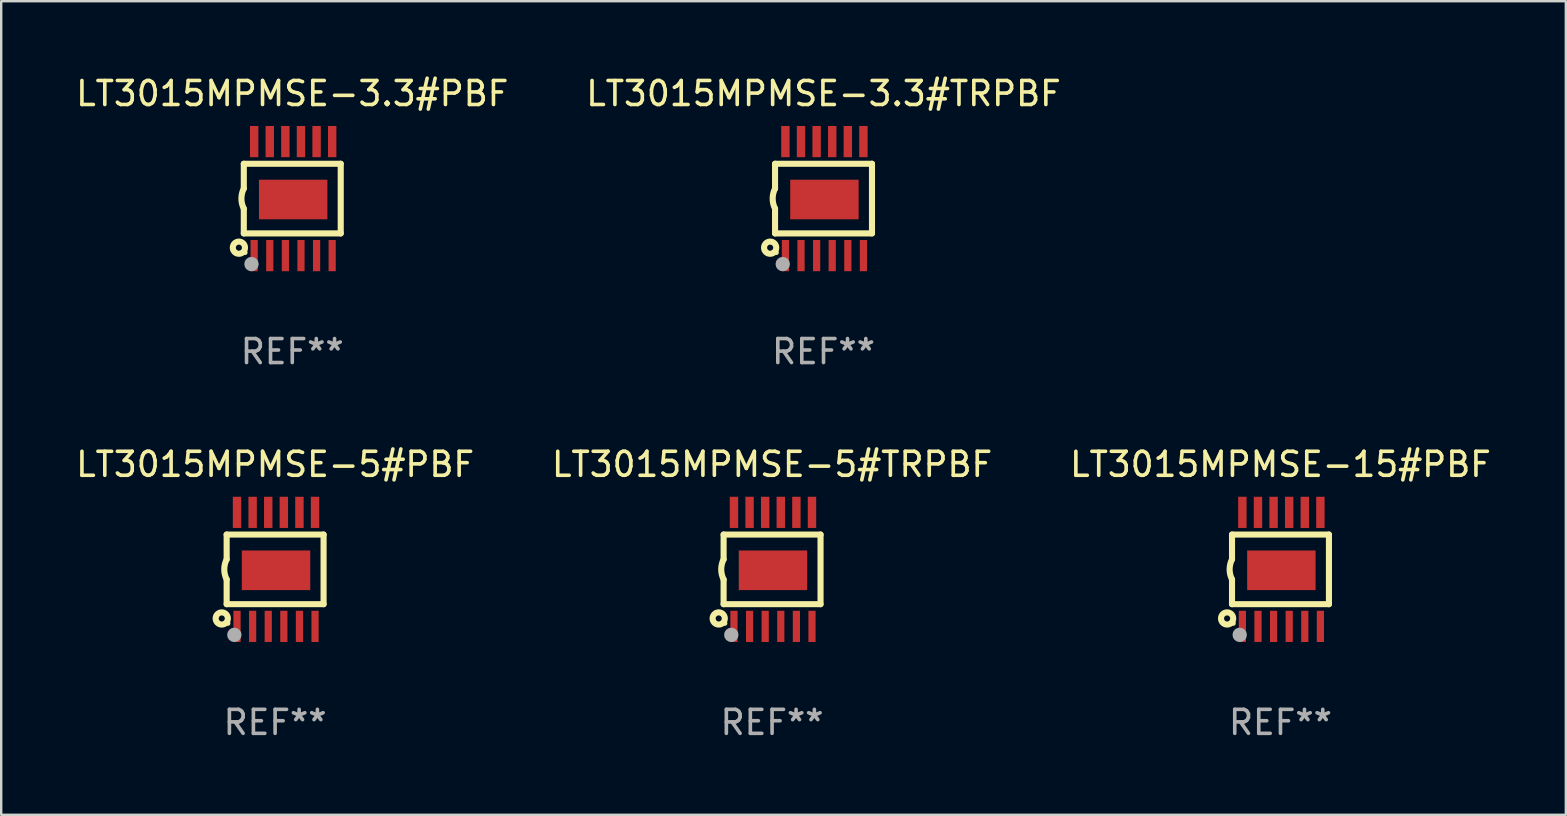
<source format=kicad_pcb>
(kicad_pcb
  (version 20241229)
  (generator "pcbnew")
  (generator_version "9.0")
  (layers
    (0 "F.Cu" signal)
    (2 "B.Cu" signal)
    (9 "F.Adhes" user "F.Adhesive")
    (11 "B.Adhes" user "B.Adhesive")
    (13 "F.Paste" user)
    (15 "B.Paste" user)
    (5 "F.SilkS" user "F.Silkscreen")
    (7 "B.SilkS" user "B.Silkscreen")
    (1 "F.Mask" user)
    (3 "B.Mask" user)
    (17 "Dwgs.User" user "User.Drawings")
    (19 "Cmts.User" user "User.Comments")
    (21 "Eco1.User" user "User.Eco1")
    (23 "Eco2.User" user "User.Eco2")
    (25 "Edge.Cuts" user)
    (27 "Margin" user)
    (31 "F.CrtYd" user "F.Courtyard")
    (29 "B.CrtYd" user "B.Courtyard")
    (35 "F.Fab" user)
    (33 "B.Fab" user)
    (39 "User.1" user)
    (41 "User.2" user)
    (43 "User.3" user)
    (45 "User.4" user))
  (footprint "LT3015MPMSE-5#PBF"
    (layer "F.Cu")
    (at 8.411 20.669)
    (property "Reference" "LT3015MPMSE-5#PBF" (at 0 -4.375 0) (layer "F.SilkS") (effects (font (size 1 1) (thickness 0.15))))
    (attr through_hole)
    (fp_line (start -2.019 -1.45) (end -2.019 -0.419) (stroke (width 0.254) (type solid)) (layer "F.SilkS"))
    (fp_line (start -2.019 1.45) (end -2.019 0.419) (stroke (width 0.254) (type solid)) (layer "F.SilkS"))
    (fp_line (start -2.019 1.45) (end 2.019 1.45) (stroke (width 0.254) (type solid)) (layer "F.SilkS"))
    (fp_line (start 2.019 -1.45) (end -2.019 -1.45) (stroke (width 0.254) (type solid)) (layer "F.SilkS"))
    (fp_line (start 2.019 -1.45) (end 2.019 1.45) (stroke (width 0.254) (type solid)) (layer "F.SilkS"))
    (fp_arc (start -2.019304 0.419101) (mid -2.11824 0) (end -2.019304 -0.419101) (stroke (width 0.254001) (type solid)) (layer "F.SilkS"))
    (fp_circle (center -2.223 2.045) (end -1.969 2.045) (stroke (width 0.254) (type solid)) (fill no) (layer "F.SilkS"))
    (fp_circle (center -1.962 2.25) (end -1.912 2.25) (stroke (width 0.1) (type solid)) (fill no) (layer "F.SilkS"))
    (fp_circle (center -1.699 2.728) (end -1.549 2.728) (stroke (width 0.3) (type solid)) (fill no) (layer "F.Fab"))
    (fp_text user "REF**" (at 0 6.375 0) (layer "F.Fab") (effects (font (size 1 1) (thickness 0.15))))
    (pad "1" smd rect (at -1.587 2.375) (size 0.3 1.3) (layers "F.Cu" "F.Mask" "F.Paste"))
    (pad "2" smd rect (at -0.937 2.375) (size 0.3 1.3) (layers "F.Cu" "F.Mask" "F.Paste"))
    (pad "3" smd rect (at -0.287 2.375) (size 0.3 1.3) (layers "F.Cu" "F.Mask" "F.Paste"))
    (pad "4" smd rect (at 0.363 2.375) (size 0.3 1.3) (layers "F.Cu" "F.Mask" "F.Paste"))
    (pad "5" smd rect (at 1.013 2.375) (size 0.3 1.3) (layers "F.Cu" "F.Mask" "F.Paste"))
    (pad "6" smd rect (at 1.663 2.375) (size 0.3 1.3) (layers "F.Cu" "F.Mask" "F.Paste"))
    (pad "7" smd rect (at 1.663 -2.375) (size 0.35 1.3) (layers "F.Cu" "F.Mask" "F.Paste"))
    (pad "8" smd rect (at 1.013 -2.375) (size 0.35 1.3) (layers "F.Cu" "F.Mask" "F.Paste"))
    (pad "9" smd rect (at 0.363 -2.375) (size 0.35 1.3) (layers "F.Cu" "F.Mask" "F.Paste"))
    (pad "10" smd rect (at -0.287 -2.375) (size 0.35 1.3) (layers "F.Cu" "F.Mask" "F.Paste"))
    (pad "11" smd rect (at -0.937 -2.375) (size 0.35 1.3) (layers "F.Cu" "F.Mask" "F.Paste"))
    (pad "12" smd rect (at -1.587 -2.375) (size 0.35 1.3) (layers "F.Cu" "F.Mask" "F.Paste"))
    (pad "13" smd rect (at 0.038 0.038) (size 2.85 1.65) (layers "F.Cu" "F.Mask" "F.Paste")))
  (footprint "LT3015MPMSE-3.3#TRPBF"
    (layer "F.Cu")
    (at 31.256 5.223)
    (property "Reference" "LT3015MPMSE-3.3#TRPBF" (at 0 -4.375 0) (layer "F.SilkS") (effects (font (size 1 1) (thickness 0.15))))
    (attr through_hole)
    (fp_line (start -2.019 -1.45) (end -2.019 -0.419) (stroke (width 0.254) (type solid)) (layer "F.SilkS"))
    (fp_line (start -2.019 1.45) (end -2.019 0.419) (stroke (width 0.254) (type solid)) (layer "F.SilkS"))
    (fp_line (start -2.019 1.45) (end 2.019 1.45) (stroke (width 0.254) (type solid)) (layer "F.SilkS"))
    (fp_line (start 2.019 -1.45) (end -2.019 -1.45) (stroke (width 0.254) (type solid)) (layer "F.SilkS"))
    (fp_line (start 2.019 -1.45) (end 2.019 1.45) (stroke (width 0.254) (type solid)) (layer "F.SilkS"))
    (fp_arc (start -2.019304 0.419101) (mid -2.11824 0) (end -2.019304 -0.419101) (stroke (width 0.254001) (type solid)) (layer "F.SilkS"))
    (fp_circle (center -2.223 2.045) (end -1.969 2.045) (stroke (width 0.254) (type solid)) (fill no) (layer "F.SilkS"))
    (fp_circle (center -1.962 2.25) (end -1.912 2.25) (stroke (width 0.1) (type solid)) (fill no) (layer "F.SilkS"))
    (fp_circle (center -1.699 2.728) (end -1.549 2.728) (stroke (width 0.3) (type solid)) (fill no) (layer "F.Fab"))
    (fp_text user "REF**" (at 0 6.375 0) (layer "F.Fab") (effects (font (size 1 1) (thickness 0.15))))
    (pad "1" smd rect (at -1.587 2.375) (size 0.3 1.3) (layers "F.Cu" "F.Mask" "F.Paste"))
    (pad "2" smd rect (at -0.937 2.375) (size 0.3 1.3) (layers "F.Cu" "F.Mask" "F.Paste"))
    (pad "3" smd rect (at -0.287 2.375) (size 0.3 1.3) (layers "F.Cu" "F.Mask" "F.Paste"))
    (pad "4" smd rect (at 0.363 2.375) (size 0.3 1.3) (layers "F.Cu" "F.Mask" "F.Paste"))
    (pad "5" smd rect (at 1.013 2.375) (size 0.3 1.3) (layers "F.Cu" "F.Mask" "F.Paste"))
    (pad "6" smd rect (at 1.663 2.375) (size 0.3 1.3) (layers "F.Cu" "F.Mask" "F.Paste"))
    (pad "7" smd rect (at 1.663 -2.375) (size 0.35 1.3) (layers "F.Cu" "F.Mask" "F.Paste"))
    (pad "8" smd rect (at 1.013 -2.375) (size 0.35 1.3) (layers "F.Cu" "F.Mask" "F.Paste"))
    (pad "9" smd rect (at 0.363 -2.375) (size 0.35 1.3) (layers "F.Cu" "F.Mask" "F.Paste"))
    (pad "10" smd rect (at -0.287 -2.375) (size 0.35 1.3) (layers "F.Cu" "F.Mask" "F.Paste"))
    (pad "11" smd rect (at -0.937 -2.375) (size 0.35 1.3) (layers "F.Cu" "F.Mask" "F.Paste"))
    (pad "12" smd rect (at -1.587 -2.375) (size 0.35 1.3) (layers "F.Cu" "F.Mask" "F.Paste"))
    (pad "13" smd rect (at 0.038 0.038) (size 2.85 1.65) (layers "F.Cu" "F.Mask" "F.Paste")))
  (footprint "LT3015MPMSE-5#TRPBF"
    (layer "F.Cu")
    (at 29.113 20.669)
    (property "Reference" "LT3015MPMSE-5#TRPBF" (at 0 -4.375 0) (layer "F.SilkS") (effects (font (size 1 1) (thickness 0.15))))
    (attr through_hole)
    (fp_line (start -2.019 -1.45) (end -2.019 -0.419) (stroke (width 0.254) (type solid)) (layer "F.SilkS"))
    (fp_line (start -2.019 1.45) (end -2.019 0.419) (stroke (width 0.254) (type solid)) (layer "F.SilkS"))
    (fp_line (start -2.019 1.45) (end 2.019 1.45) (stroke (width 0.254) (type solid)) (layer "F.SilkS"))
    (fp_line (start 2.019 -1.45) (end -2.019 -1.45) (stroke (width 0.254) (type solid)) (layer "F.SilkS"))
    (fp_line (start 2.019 -1.45) (end 2.019 1.45) (stroke (width 0.254) (type solid)) (layer "F.SilkS"))
    (fp_arc (start -2.019304 0.419101) (mid -2.11824 0) (end -2.019304 -0.419101) (stroke (width 0.254001) (type solid)) (layer "F.SilkS"))
    (fp_circle (center -2.223 2.045) (end -1.969 2.045) (stroke (width 0.254) (type solid)) (fill no) (layer "F.SilkS"))
    (fp_circle (center -1.962 2.25) (end -1.912 2.25) (stroke (width 0.1) (type solid)) (fill no) (layer "F.SilkS"))
    (fp_circle (center -1.699 2.728) (end -1.549 2.728) (stroke (width 0.3) (type solid)) (fill no) (layer "F.Fab"))
    (fp_text user "REF**" (at 0 6.375 0) (layer "F.Fab") (effects (font (size 1 1) (thickness 0.15))))
    (pad "1" smd rect (at -1.587 2.375) (size 0.3 1.3) (layers "F.Cu" "F.Mask" "F.Paste"))
    (pad "2" smd rect (at -0.937 2.375) (size 0.3 1.3) (layers "F.Cu" "F.Mask" "F.Paste"))
    (pad "3" smd rect (at -0.287 2.375) (size 0.3 1.3) (layers "F.Cu" "F.Mask" "F.Paste"))
    (pad "4" smd rect (at 0.363 2.375) (size 0.3 1.3) (layers "F.Cu" "F.Mask" "F.Paste"))
    (pad "5" smd rect (at 1.013 2.375) (size 0.3 1.3) (layers "F.Cu" "F.Mask" "F.Paste"))
    (pad "6" smd rect (at 1.663 2.375) (size 0.3 1.3) (layers "F.Cu" "F.Mask" "F.Paste"))
    (pad "7" smd rect (at 1.663 -2.375) (size 0.35 1.3) (layers "F.Cu" "F.Mask" "F.Paste"))
    (pad "8" smd rect (at 1.013 -2.375) (size 0.35 1.3) (layers "F.Cu" "F.Mask" "F.Paste"))
    (pad "9" smd rect (at 0.363 -2.375) (size 0.35 1.3) (layers "F.Cu" "F.Mask" "F.Paste"))
    (pad "10" smd rect (at -0.287 -2.375) (size 0.35 1.3) (layers "F.Cu" "F.Mask" "F.Paste"))
    (pad "11" smd rect (at -0.937 -2.375) (size 0.35 1.3) (layers "F.Cu" "F.Mask" "F.Paste"))
    (pad "12" smd rect (at -1.587 -2.375) (size 0.35 1.3) (layers "F.Cu" "F.Mask" "F.Paste"))
    (pad "13" smd rect (at 0.038 0.038) (size 2.85 1.65) (layers "F.Cu" "F.Mask" "F.Paste")))
  (footprint "LT3015MPMSE-3.3#PBF"
    (layer "F.Cu")
    (at 9.125 5.223)
    (property "Reference" "LT3015MPMSE-3.3#PBF" (at 0 -4.375 0) (layer "F.SilkS") (effects (font (size 1 1) (thickness 0.15))))
    (attr through_hole)
    (fp_line (start -2.019 -1.45) (end -2.019 -0.419) (stroke (width 0.254) (type solid)) (layer "F.SilkS"))
    (fp_line (start -2.019 1.45) (end -2.019 0.419) (stroke (width 0.254) (type solid)) (layer "F.SilkS"))
    (fp_line (start -2.019 1.45) (end 2.019 1.45) (stroke (width 0.254) (type solid)) (layer "F.SilkS"))
    (fp_line (start 2.019 -1.45) (end -2.019 -1.45) (stroke (width 0.254) (type solid)) (layer "F.SilkS"))
    (fp_line (start 2.019 -1.45) (end 2.019 1.45) (stroke (width 0.254) (type solid)) (layer "F.SilkS"))
    (fp_arc (start -2.019304 0.419101) (mid -2.11824 0) (end -2.019304 -0.419101) (stroke (width 0.254001) (type solid)) (layer "F.SilkS"))
    (fp_circle (center -2.223 2.045) (end -1.969 2.045) (stroke (width 0.254) (type solid)) (fill no) (layer "F.SilkS"))
    (fp_circle (center -1.962 2.25) (end -1.912 2.25) (stroke (width 0.1) (type solid)) (fill no) (layer "F.SilkS"))
    (fp_circle (center -1.699 2.728) (end -1.549 2.728) (stroke (width 0.3) (type solid)) (fill no) (layer "F.Fab"))
    (fp_text user "REF**" (at 0 6.375 0) (layer "F.Fab") (effects (font (size 1 1) (thickness 0.15))))
    (pad "1" smd rect (at -1.587 2.375) (size 0.3 1.3) (layers "F.Cu" "F.Mask" "F.Paste"))
    (pad "2" smd rect (at -0.937 2.375) (size 0.3 1.3) (layers "F.Cu" "F.Mask" "F.Paste"))
    (pad "3" smd rect (at -0.287 2.375) (size 0.3 1.3) (layers "F.Cu" "F.Mask" "F.Paste"))
    (pad "4" smd rect (at 0.363 2.375) (size 0.3 1.3) (layers "F.Cu" "F.Mask" "F.Paste"))
    (pad "5" smd rect (at 1.013 2.375) (size 0.3 1.3) (layers "F.Cu" "F.Mask" "F.Paste"))
    (pad "6" smd rect (at 1.663 2.375) (size 0.3 1.3) (layers "F.Cu" "F.Mask" "F.Paste"))
    (pad "7" smd rect (at 1.663 -2.375) (size 0.35 1.3) (layers "F.Cu" "F.Mask" "F.Paste"))
    (pad "8" smd rect (at 1.013 -2.375) (size 0.35 1.3) (layers "F.Cu" "F.Mask" "F.Paste"))
    (pad "9" smd rect (at 0.363 -2.375) (size 0.35 1.3) (layers "F.Cu" "F.Mask" "F.Paste"))
    (pad "10" smd rect (at -0.287 -2.375) (size 0.35 1.3) (layers "F.Cu" "F.Mask" "F.Paste"))
    (pad "11" smd rect (at -0.937 -2.375) (size 0.35 1.3) (layers "F.Cu" "F.Mask" "F.Paste"))
    (pad "12" smd rect (at -1.587 -2.375) (size 0.35 1.3) (layers "F.Cu" "F.Mask" "F.Paste"))
    (pad "13" smd rect (at 0.038 0.038) (size 2.85 1.65) (layers "F.Cu" "F.Mask" "F.Paste")))
  (footprint "LT3015MPMSE-15#PBF"
    (layer "F.Cu")
    (at 50.292 20.669)
    (property "Reference" "LT3015MPMSE-15#PBF" (at 0 -4.375 0) (layer "F.SilkS") (effects (font (size 1 1) (thickness 0.15))))
    (attr through_hole)
    (fp_line (start -2.019 -1.45) (end -2.019 -0.419) (stroke (width 0.254) (type solid)) (layer "F.SilkS"))
    (fp_line (start -2.019 1.45) (end -2.019 0.419) (stroke (width 0.254) (type solid)) (layer "F.SilkS"))
    (fp_line (start -2.019 1.45) (end 2.019 1.45) (stroke (width 0.254) (type solid)) (layer "F.SilkS"))
    (fp_line (start 2.019 -1.45) (end -2.019 -1.45) (stroke (width 0.254) (type solid)) (layer "F.SilkS"))
    (fp_line (start 2.019 -1.45) (end 2.019 1.45) (stroke (width 0.254) (type solid)) (layer "F.SilkS"))
    (fp_arc (start -2.019304 0.419101) (mid -2.11824 0) (end -2.019304 -0.419101) (stroke (width 0.254001) (type solid)) (layer "F.SilkS"))
    (fp_circle (center -2.223 2.045) (end -1.969 2.045) (stroke (width 0.254) (type solid)) (fill no) (layer "F.SilkS"))
    (fp_circle (center -1.962 2.25) (end -1.912 2.25) (stroke (width 0.1) (type solid)) (fill no) (layer "F.SilkS"))
    (fp_circle (center -1.699 2.728) (end -1.549 2.728) (stroke (width 0.3) (type solid)) (fill no) (layer "F.Fab"))
    (fp_text user "REF**" (at 0 6.375 0) (layer "F.Fab") (effects (font (size 1 1) (thickness 0.15))))
    (pad "1" smd rect (at -1.587 2.375) (size 0.3 1.3) (layers "F.Cu" "F.Mask" "F.Paste"))
    (pad "2" smd rect (at -0.937 2.375) (size 0.3 1.3) (layers "F.Cu" "F.Mask" "F.Paste"))
    (pad "3" smd rect (at -0.287 2.375) (size 0.3 1.3) (layers "F.Cu" "F.Mask" "F.Paste"))
    (pad "4" smd rect (at 0.363 2.375) (size 0.3 1.3) (layers "F.Cu" "F.Mask" "F.Paste"))
    (pad "5" smd rect (at 1.013 2.375) (size 0.3 1.3) (layers "F.Cu" "F.Mask" "F.Paste"))
    (pad "6" smd rect (at 1.663 2.375) (size 0.3 1.3) (layers "F.Cu" "F.Mask" "F.Paste"))
    (pad "7" smd rect (at 1.663 -2.375) (size 0.35 1.3) (layers "F.Cu" "F.Mask" "F.Paste"))
    (pad "8" smd rect (at 1.013 -2.375) (size 0.35 1.3) (layers "F.Cu" "F.Mask" "F.Paste"))
    (pad "9" smd rect (at 0.363 -2.375) (size 0.35 1.3) (layers "F.Cu" "F.Mask" "F.Paste"))
    (pad "10" smd rect (at -0.287 -2.375) (size 0.35 1.3) (layers "F.Cu" "F.Mask" "F.Paste"))
    (pad "11" smd rect (at -0.937 -2.375) (size 0.35 1.3) (layers "F.Cu" "F.Mask" "F.Paste"))
    (pad "12" smd rect (at -1.587 -2.375) (size 0.35 1.3) (layers "F.Cu" "F.Mask" "F.Paste"))
    (pad "13" smd rect (at 0.038 0.038) (size 2.85 1.65) (layers "F.Cu" "F.Mask" "F.Paste")))
  (gr_rect
    (start -3 -3)
    (end 62.179 30.893)
    (stroke (width 0.1) (type default))
    (fill no)
    (layer "Edge.Cuts")))
</source>
